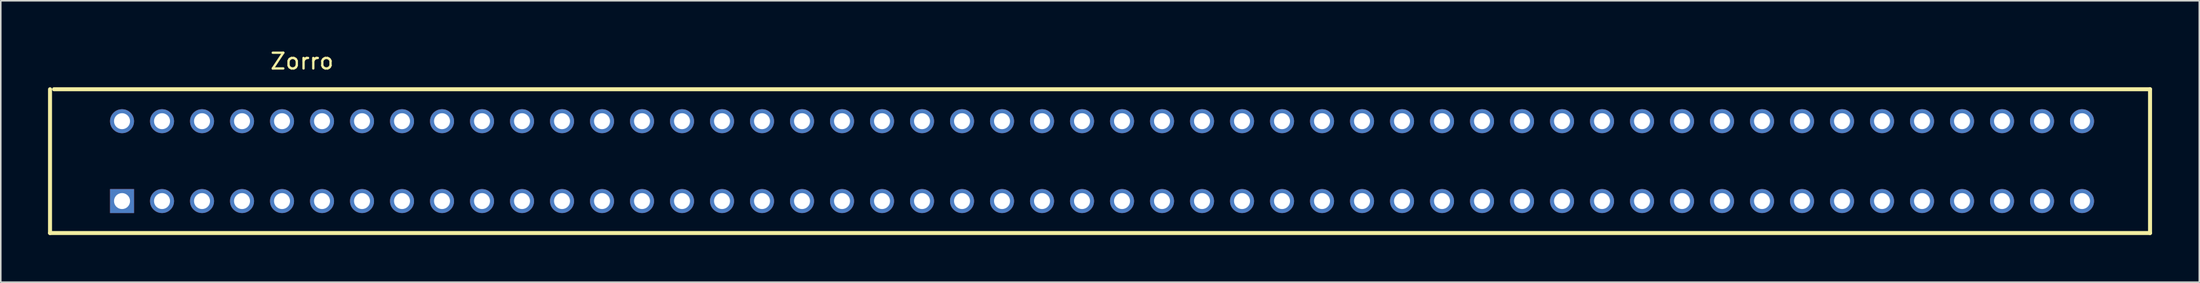
<source format=kicad_pcb>
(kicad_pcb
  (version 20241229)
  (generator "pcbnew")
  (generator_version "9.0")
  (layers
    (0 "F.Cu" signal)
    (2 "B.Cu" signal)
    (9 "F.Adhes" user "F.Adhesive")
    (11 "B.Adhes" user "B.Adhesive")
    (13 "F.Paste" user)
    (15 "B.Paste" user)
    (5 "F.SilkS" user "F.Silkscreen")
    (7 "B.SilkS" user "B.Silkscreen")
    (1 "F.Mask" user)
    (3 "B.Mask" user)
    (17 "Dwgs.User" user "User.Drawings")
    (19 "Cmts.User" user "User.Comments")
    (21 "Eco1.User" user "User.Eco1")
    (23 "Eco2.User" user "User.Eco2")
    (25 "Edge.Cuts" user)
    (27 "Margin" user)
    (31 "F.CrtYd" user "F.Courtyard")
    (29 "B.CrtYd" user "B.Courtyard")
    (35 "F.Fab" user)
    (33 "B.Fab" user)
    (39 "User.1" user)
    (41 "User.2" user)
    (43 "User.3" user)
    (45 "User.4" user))
  (footprint "Zorro"
    (layer "F.Cu")
    (at 30.099 4.658)
    (property "Reference" "Zorro" (at -13.97 -3.81 0) (layer "F.SilkS") (effects (font (size 1 1) (thickness 0.15))))
    (attr through_hole)
    (fp_line (start -29.972 -2.032) (end -29.972 7.112) (stroke (width 0.254) (type solid)) (layer "F.SilkS"))
    (fp_line (start -29.718 -2.032) (end 103.378 -2.032) (stroke (width 0.254) (type solid)) (layer "F.SilkS"))
    (fp_line (start 103.378 -2.032) (end 103.378 7.112) (stroke (width 0.254) (type solid)) (layer "F.SilkS"))
    (fp_line (start 103.378 7.112) (end -29.972 7.112) (stroke (width 0.254) (type solid)) (layer "F.SilkS"))
    (pad "1" thru_hole rect (at -25.4 5.08 180) (size 1.524 1.524) (drill 1.016) (layers "*.Cu" "*.Mask"))
    (pad "2" thru_hole circle (at -25.4 0 180) (size 1.524 1.524) (drill 1.016) (layers "*.Cu" "*.Mask"))
    (pad "3" thru_hole circle (at -22.86 5.08 180) (size 1.524 1.524) (drill 1.016) (layers "*.Cu" "*.Mask"))
    (pad "4" thru_hole circle (at -22.86 0 180) (size 1.524 1.524) (drill 1.016) (layers "*.Cu" "*.Mask"))
    (pad "5" thru_hole circle (at -20.32 5.08 180) (size 1.524 1.524) (drill 1.016) (layers "*.Cu" "*.Mask"))
    (pad "6" thru_hole circle (at -20.32 0 180) (size 1.524 1.524) (drill 1.016) (layers "*.Cu" "*.Mask"))
    (pad "7" thru_hole circle (at -17.78 5.08 180) (size 1.524 1.524) (drill 1.016) (layers "*.Cu" "*.Mask"))
    (pad "8" thru_hole circle (at -17.78 0 180) (size 1.524 1.524) (drill 1.016) (layers "*.Cu" "*.Mask"))
    (pad "9" thru_hole circle (at -15.24 5.08 180) (size 1.524 1.524) (drill 1.016) (layers "*.Cu" "*.Mask"))
    (pad "10" thru_hole circle (at -15.24 0 180) (size 1.524 1.524) (drill 1.016) (layers "*.Cu" "*.Mask"))
    (pad "11" thru_hole circle (at -12.7 5.08 180) (size 1.524 1.524) (drill 1.016) (layers "*.Cu" "*.Mask"))
    (pad "12" thru_hole circle (at -12.7 0 180) (size 1.524 1.524) (drill 1.016) (layers "*.Cu" "*.Mask"))
    (pad "13" thru_hole circle (at -10.16 5.08 180) (size 1.524 1.524) (drill 1.016) (layers "*.Cu" "*.Mask"))
    (pad "14" thru_hole circle (at -10.16 0 180) (size 1.524 1.524) (drill 1.016) (layers "*.Cu" "*.Mask"))
    (pad "15" thru_hole circle (at -7.62 5.08 180) (size 1.524 1.524) (drill 1.016) (layers "*.Cu" "*.Mask"))
    (pad "16" thru_hole circle (at -7.62 0 180) (size 1.524 1.524) (drill 1.016) (layers "*.Cu" "*.Mask"))
    (pad "17" thru_hole circle (at -5.08 5.08 180) (size 1.524 1.524) (drill 1.016) (layers "*.Cu" "*.Mask"))
    (pad "18" thru_hole circle (at -5.08 0 180) (size 1.524 1.524) (drill 1.016) (layers "*.Cu" "*.Mask"))
    (pad "19" thru_hole circle (at -2.54 5.08 180) (size 1.524 1.524) (drill 1.016) (layers "*.Cu" "*.Mask"))
    (pad "20" thru_hole circle (at -2.54 0 180) (size 1.524 1.524) (drill 1.016) (layers "*.Cu" "*.Mask"))
    (pad "21" thru_hole circle (at 0 5.08 180) (size 1.524 1.524) (drill 1.016) (layers "*.Cu" "*.Mask"))
    (pad "22" thru_hole circle (at 0 0 180) (size 1.524 1.524) (drill 1.016) (layers "*.Cu" "*.Mask"))
    (pad "23" thru_hole circle (at 2.54 5.08 180) (size 1.524 1.524) (drill 1.016) (layers "*.Cu" "*.Mask"))
    (pad "24" thru_hole circle (at 2.54 0 180) (size 1.524 1.524) (drill 1.016) (layers "*.Cu" "*.Mask"))
    (pad "25" thru_hole circle (at 5.08 5.08 180) (size 1.524 1.524) (drill 1.016) (layers "*.Cu" "*.Mask"))
    (pad "26" thru_hole circle (at 5.08 0 180) (size 1.524 1.524) (drill 1.016) (layers "*.Cu" "*.Mask"))
    (pad "27" thru_hole circle (at 7.62 5.08 180) (size 1.524 1.524) (drill 1.016) (layers "*.Cu" "*.Mask"))
    (pad "28" thru_hole circle (at 7.62 0 180) (size 1.524 1.524) (drill 1.016) (layers "*.Cu" "*.Mask"))
    (pad "29" thru_hole circle (at 10.16 5.08 180) (size 1.524 1.524) (drill 1.016) (layers "*.Cu" "*.Mask"))
    (pad "30" thru_hole circle (at 10.16 0 180) (size 1.524 1.524) (drill 1.016) (layers "*.Cu" "*.Mask"))
    (pad "31" thru_hole circle (at 12.7 5.08 180) (size 1.524 1.524) (drill 1.016) (layers "*.Cu" "*.Mask"))
    (pad "32" thru_hole circle (at 12.7 0 180) (size 1.524 1.524) (drill 1.016) (layers "*.Cu" "*.Mask"))
    (pad "33" thru_hole circle (at 15.24 5.08 180) (size 1.524 1.524) (drill 1.016) (layers "*.Cu" "*.Mask"))
    (pad "34" thru_hole circle (at 15.24 0 180) (size 1.524 1.524) (drill 1.016) (layers "*.Cu" "*.Mask"))
    (pad "35" thru_hole circle (at 17.78 5.08 180) (size 1.524 1.524) (drill 1.016) (layers "*.Cu" "*.Mask"))
    (pad "36" thru_hole circle (at 17.78 0 180) (size 1.524 1.524) (drill 1.016) (layers "*.Cu" "*.Mask"))
    (pad "37" thru_hole circle (at 20.32 5.08 180) (size 1.524 1.524) (drill 1.016) (layers "*.Cu" "*.Mask"))
    (pad "38" thru_hole circle (at 20.32 0 180) (size 1.524 1.524) (drill 1.016) (layers "*.Cu" "*.Mask"))
    (pad "39" thru_hole circle (at 22.86 5.08 180) (size 1.524 1.524) (drill 1.016) (layers "*.Cu" "*.Mask"))
    (pad "40" thru_hole circle (at 22.86 0 180) (size 1.524 1.524) (drill 1.016) (layers "*.Cu" "*.Mask"))
    (pad "41" thru_hole circle (at 25.4 5.08 180) (size 1.524 1.524) (drill 1.016) (layers "*.Cu" "*.Mask"))
    (pad "42" thru_hole circle (at 25.4 0 180) (size 1.524 1.524) (drill 1.016) (layers "*.Cu" "*.Mask"))
    (pad "43" thru_hole circle (at 27.94 5.08 180) (size 1.524 1.524) (drill 1.016) (layers "*.Cu" "*.Mask"))
    (pad "44" thru_hole circle (at 27.94 0 180) (size 1.524 1.524) (drill 1.016) (layers "*.Cu" "*.Mask"))
    (pad "45" thru_hole circle (at 30.48 5.08 180) (size 1.524 1.524) (drill 1.016) (layers "*.Cu" "*.Mask"))
    (pad "46" thru_hole circle (at 30.48 0 180) (size 1.524 1.524) (drill 1.016) (layers "*.Cu" "*.Mask"))
    (pad "47" thru_hole circle (at 33.02 5.08 180) (size 1.524 1.524) (drill 1.016) (layers "*.Cu" "*.Mask"))
    (pad "48" thru_hole circle (at 33.02 0 180) (size 1.524 1.524) (drill 1.016) (layers "*.Cu" "*.Mask"))
    (pad "49" thru_hole circle (at 35.56 5.08 180) (size 1.524 1.524) (drill 1.016) (layers "*.Cu" "*.Mask"))
    (pad "50" thru_hole circle (at 35.56 0 180) (size 1.524 1.524) (drill 1.016) (layers "*.Cu" "*.Mask"))
    (pad "51" thru_hole circle (at 38.1 5.08 180) (size 1.524 1.524) (drill 1.016) (layers "*.Cu" "*.Mask"))
    (pad "52" thru_hole circle (at 38.1 0 180) (size 1.524 1.524) (drill 1.016) (layers "*.Cu" "*.Mask"))
    (pad "53" thru_hole circle (at 40.64 5.08 180) (size 1.524 1.524) (drill 1.016) (layers "*.Cu" "*.Mask"))
    (pad "54" thru_hole circle (at 40.64 0 180) (size 1.524 1.524) (drill 1.016) (layers "*.Cu" "*.Mask"))
    (pad "55" thru_hole circle (at 43.18 5.08 180) (size 1.524 1.524) (drill 1.016) (layers "*.Cu" "*.Mask"))
    (pad "56" thru_hole circle (at 43.18 0 180) (size 1.524 1.524) (drill 1.016) (layers "*.Cu" "*.Mask"))
    (pad "57" thru_hole circle (at 45.72 5.08 180) (size 1.524 1.524) (drill 1.016) (layers "*.Cu" "*.Mask"))
    (pad "58" thru_hole circle (at 45.72 0 180) (size 1.524 1.524) (drill 1.016) (layers "*.Cu" "*.Mask"))
    (pad "59" thru_hole circle (at 48.26 5.08 180) (size 1.524 1.524) (drill 1.016) (layers "*.Cu" "*.Mask"))
    (pad "60" thru_hole circle (at 48.26 0 180) (size 1.524 1.524) (drill 1.016) (layers "*.Cu" "*.Mask"))
    (pad "61" thru_hole circle (at 50.8 5.08 180) (size 1.524 1.524) (drill 1.016) (layers "*.Cu" "*.Mask"))
    (pad "62" thru_hole circle (at 50.8 0 180) (size 1.524 1.524) (drill 1.016) (layers "*.Cu" "*.Mask"))
    (pad "63" thru_hole circle (at 53.34 5.08 180) (size 1.524 1.524) (drill 1.016) (layers "*.Cu" "*.Mask"))
    (pad "64" thru_hole circle (at 53.34 0 180) (size 1.524 1.524) (drill 1.016) (layers "*.Cu" "*.Mask"))
    (pad "65" thru_hole circle (at 55.88 5.08 180) (size 1.524 1.524) (drill 1.016) (layers "*.Cu" "*.Mask"))
    (pad "66" thru_hole circle (at 55.88 0 180) (size 1.524 1.524) (drill 1.016) (layers "*.Cu" "*.Mask"))
    (pad "67" thru_hole circle (at 58.42 5.08 180) (size 1.524 1.524) (drill 1.016) (layers "*.Cu" "*.Mask"))
    (pad "68" thru_hole circle (at 58.42 0 180) (size 1.524 1.524) (drill 1.016) (layers "*.Cu" "*.Mask"))
    (pad "69" thru_hole circle (at 60.96 5.08 180) (size 1.524 1.524) (drill 1.016) (layers "*.Cu" "*.Mask"))
    (pad "70" thru_hole circle (at 60.96 0 180) (size 1.524 1.524) (drill 1.016) (layers "*.Cu" "*.Mask"))
    (pad "71" thru_hole circle (at 63.5 5.08 180) (size 1.524 1.524) (drill 1.016) (layers "*.Cu" "*.Mask"))
    (pad "72" thru_hole circle (at 63.5 0 180) (size 1.524 1.524) (drill 1.016) (layers "*.Cu" "*.Mask"))
    (pad "73" thru_hole circle (at 66.04 5.08 180) (size 1.524 1.524) (drill 1.016) (layers "*.Cu" "*.Mask"))
    (pad "74" thru_hole circle (at 66.04 0 180) (size 1.524 1.524) (drill 1.016) (layers "*.Cu" "*.Mask"))
    (pad "75" thru_hole circle (at 68.58 5.08 180) (size 1.524 1.524) (drill 1.016) (layers "*.Cu" "*.Mask"))
    (pad "76" thru_hole circle (at 68.58 0 180) (size 1.524 1.524) (drill 1.016) (layers "*.Cu" "*.Mask"))
    (pad "77" thru_hole circle (at 71.12 5.08 180) (size 1.524 1.524) (drill 1.016) (layers "*.Cu" "*.Mask"))
    (pad "78" thru_hole circle (at 71.12 0 180) (size 1.524 1.524) (drill 1.016) (layers "*.Cu" "*.Mask"))
    (pad "79" thru_hole circle (at 73.66 5.08 180) (size 1.524 1.524) (drill 1.016) (layers "*.Cu" "*.Mask"))
    (pad "80" thru_hole circle (at 73.66 0 180) (size 1.524 1.524) (drill 1.016) (layers "*.Cu" "*.Mask"))
    (pad "81" thru_hole circle (at 76.2 5.08 180) (size 1.524 1.524) (drill 1.016) (layers "*.Cu" "*.Mask"))
    (pad "82" thru_hole circle (at 76.2 0 180) (size 1.524 1.524) (drill 1.016) (layers "*.Cu" "*.Mask"))
    (pad "83" thru_hole circle (at 78.74 5.08 180) (size 1.524 1.524) (drill 1.016) (layers "*.Cu" "*.Mask"))
    (pad "84" thru_hole circle (at 78.74 0 180) (size 1.524 1.524) (drill 1.016) (layers "*.Cu" "*.Mask"))
    (pad "85" thru_hole circle (at 81.28 5.08 180) (size 1.524 1.524) (drill 1.016) (layers "*.Cu" "*.Mask"))
    (pad "86" thru_hole circle (at 81.28 0 180) (size 1.524 1.524) (drill 1.016) (layers "*.Cu" "*.Mask"))
    (pad "87" thru_hole circle (at 83.82 5.08 180) (size 1.524 1.524) (drill 1.016) (layers "*.Cu" "*.Mask"))
    (pad "88" thru_hole circle (at 83.82 0 180) (size 1.524 1.524) (drill 1.016) (layers "*.Cu" "*.Mask"))
    (pad "89" thru_hole circle (at 86.36 5.08 180) (size 1.524 1.524) (drill 1.016) (layers "*.Cu" "*.Mask"))
    (pad "90" thru_hole circle (at 86.36 0 180) (size 1.524 1.524) (drill 1.016) (layers "*.Cu" "*.Mask"))
    (pad "91" thru_hole circle (at 88.9 5.08 180) (size 1.524 1.524) (drill 1.016) (layers "*.Cu" "*.Mask"))
    (pad "92" thru_hole circle (at 88.9 0 180) (size 1.524 1.524) (drill 1.016) (layers "*.Cu" "*.Mask"))
    (pad "93" thru_hole circle (at 91.44 5.08 180) (size 1.524 1.524) (drill 1.016) (layers "*.Cu" "*.Mask"))
    (pad "94" thru_hole circle (at 91.44 0 180) (size 1.524 1.524) (drill 1.016) (layers "*.Cu" "*.Mask"))
    (pad "95" thru_hole circle (at 93.98 5.08 180) (size 1.524 1.524) (drill 1.016) (layers "*.Cu" "*.Mask"))
    (pad "96" thru_hole circle (at 93.98 0 180) (size 1.524 1.524) (drill 1.016) (layers "*.Cu" "*.Mask"))
    (pad "97" thru_hole circle (at 96.52 5.08 180) (size 1.524 1.524) (drill 1.016) (layers "*.Cu" "*.Mask"))
    (pad "98" thru_hole circle (at 96.52 0 180) (size 1.524 1.524) (drill 1.016) (layers "*.Cu" "*.Mask"))
    (pad "99" thru_hole circle (at 99.06 5.08 180) (size 1.524 1.524) (drill 1.016) (layers "*.Cu" "*.Mask"))
    (pad "100" thru_hole circle (at 99.06 0 180) (size 1.524 1.524) (drill 1.016) (layers "*.Cu" "*.Mask")))
  (gr_rect
    (start -3 -3)
    (end 136.604 14.897)
    (stroke (width 0.1) (type default))
    (fill no)
    (layer "Edge.Cuts")))
</source>
